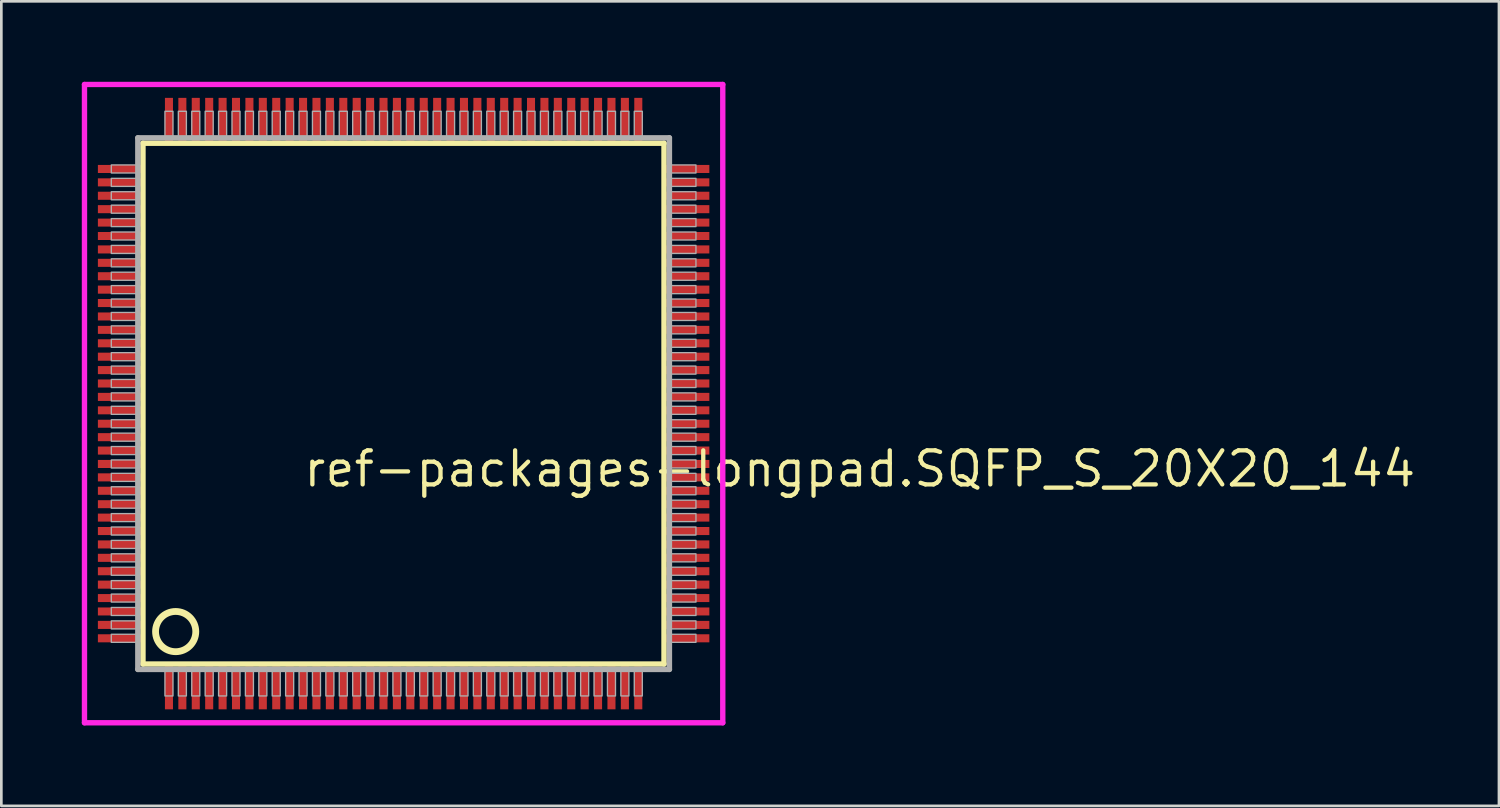
<source format=kicad_pcb>
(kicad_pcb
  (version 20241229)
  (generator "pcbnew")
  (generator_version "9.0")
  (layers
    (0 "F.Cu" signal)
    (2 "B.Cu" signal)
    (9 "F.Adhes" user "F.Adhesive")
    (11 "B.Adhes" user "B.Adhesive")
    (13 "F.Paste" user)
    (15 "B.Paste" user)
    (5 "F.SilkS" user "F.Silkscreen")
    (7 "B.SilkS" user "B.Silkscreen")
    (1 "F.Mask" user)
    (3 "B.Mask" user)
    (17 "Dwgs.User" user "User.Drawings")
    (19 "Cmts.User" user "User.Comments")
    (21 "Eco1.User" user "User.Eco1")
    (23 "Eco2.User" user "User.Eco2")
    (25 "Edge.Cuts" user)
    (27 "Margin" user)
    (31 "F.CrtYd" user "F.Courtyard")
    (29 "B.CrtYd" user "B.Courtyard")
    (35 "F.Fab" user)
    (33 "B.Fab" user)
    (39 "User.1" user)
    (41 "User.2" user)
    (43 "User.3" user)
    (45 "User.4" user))
  (footprint "ref-packages-longpad.SQFP_S_20X20_144"
    (layer "F.Cu")
    (at 12 12)
    (property "Reference" "ref-packages-longpad.SQFP_S_20X20_144" (at -3.81 3.175 0) (layer "F.SilkS") (effects (font (size 1.27 1.27) (thickness 0.16)) (justify left bottom)))
    (attr smd)
    (fp_line (start -9.72 -9.71) (end 9.71 -9.71) (stroke (width 0.203) (type default)) (layer "F.SilkS"))
    (fp_line (start -9.72 9.71) (end -9.72 -9.71) (stroke (width 0.203) (type default)) (layer "F.SilkS"))
    (fp_line (start 9.71 -9.71) (end 9.71 9.71) (stroke (width 0.203) (type default)) (layer "F.SilkS"))
    (fp_line (start 9.71 9.71) (end -9.72 9.71) (stroke (width 0.203) (type default)) (layer "F.SilkS"))
    (fp_circle (center -8.5 8.5) (end -7.75 8.5) (stroke (width 0.254) (type default)) (fill no) (layer "F.SilkS"))
    (fp_line (start -11.9 -11.9) (end 11.9 -11.9) (stroke (width 0.2) (type default)) (layer "F.CrtYd"))
    (fp_line (start -11.9 11.9) (end -11.9 -11.9) (stroke (width 0.2) (type default)) (layer "F.CrtYd"))
    (fp_line (start 11.9 -11.9) (end 11.9 11.9) (stroke (width 0.2) (type default)) (layer "F.CrtYd"))
    (fp_line (start 11.9 11.9) (end -11.9 11.9) (stroke (width 0.2) (type default)) (layer "F.CrtYd"))
    (fp_line (start -9.91 -9.91) (end -9.91 9.91) (stroke (width 0.203) (type default)) (layer "F.Fab"))
    (fp_line (start -9.91 9.91) (end 9.91 9.91) (stroke (width 0.203) (type default)) (layer "F.Fab"))
    (fp_line (start 9.91 -9.91) (end -9.91 -9.91) (stroke (width 0.203) (type default)) (layer "F.Fab"))
    (fp_line (start 9.91 9.91) (end 9.91 -9.91) (stroke (width 0.203) (type default)) (layer "F.Fab"))
    (fp_rect (start -10.9 -8.6) (end -9.95 -8.9) (stroke (width 0.05) (type default)) (fill no) (layer "F.Fab"))
    (fp_rect (start -10.9 -8.1) (end -9.95 -8.4) (stroke (width 0.05) (type default)) (fill no) (layer "F.Fab"))
    (fp_rect (start -10.9 -7.6) (end -9.95 -7.9) (stroke (width 0.05) (type default)) (fill no) (layer "F.Fab"))
    (fp_rect (start -10.9 -7.1) (end -9.95 -7.4) (stroke (width 0.05) (type default)) (fill no) (layer "F.Fab"))
    (fp_rect (start -10.9 -6.6) (end -9.95 -6.9) (stroke (width 0.05) (type default)) (fill no) (layer "F.Fab"))
    (fp_rect (start -10.9 -6.1) (end -9.95 -6.4) (stroke (width 0.05) (type default)) (fill no) (layer "F.Fab"))
    (fp_rect (start -10.9 -5.6) (end -9.95 -5.9) (stroke (width 0.05) (type default)) (fill no) (layer "F.Fab"))
    (fp_rect (start -10.9 -5.1) (end -9.95 -5.4) (stroke (width 0.05) (type default)) (fill no) (layer "F.Fab"))
    (fp_rect (start -10.9 -4.6) (end -9.95 -4.9) (stroke (width 0.05) (type default)) (fill no) (layer "F.Fab"))
    (fp_rect (start -10.9 -4.1) (end -9.95 -4.4) (stroke (width 0.05) (type default)) (fill no) (layer "F.Fab"))
    (fp_rect (start -10.9 -3.6) (end -9.95 -3.9) (stroke (width 0.05) (type default)) (fill no) (layer "F.Fab"))
    (fp_rect (start -10.9 -3.1) (end -9.95 -3.4) (stroke (width 0.05) (type default)) (fill no) (layer "F.Fab"))
    (fp_rect (start -10.9 -2.6) (end -9.95 -2.9) (stroke (width 0.05) (type default)) (fill no) (layer "F.Fab"))
    (fp_rect (start -10.9 -2.1) (end -9.95 -2.4) (stroke (width 0.05) (type default)) (fill no) (layer "F.Fab"))
    (fp_rect (start -10.9 -1.6) (end -9.95 -1.9) (stroke (width 0.05) (type default)) (fill no) (layer "F.Fab"))
    (fp_rect (start -10.9 -1.1) (end -9.95 -1.4) (stroke (width 0.05) (type default)) (fill no) (layer "F.Fab"))
    (fp_rect (start -10.9 -0.6) (end -9.95 -0.9) (stroke (width 0.05) (type default)) (fill no) (layer "F.Fab"))
    (fp_rect (start -10.9 -0.1) (end -9.95 -0.4) (stroke (width 0.05) (type default)) (fill no) (layer "F.Fab"))
    (fp_rect (start -10.9 0.4) (end -9.95 0.1) (stroke (width 0.05) (type default)) (fill no) (layer "F.Fab"))
    (fp_rect (start -10.9 0.9) (end -9.95 0.6) (stroke (width 0.05) (type default)) (fill no) (layer "F.Fab"))
    (fp_rect (start -10.9 1.4) (end -9.95 1.1) (stroke (width 0.05) (type default)) (fill no) (layer "F.Fab"))
    (fp_rect (start -10.9 1.9) (end -9.95 1.6) (stroke (width 0.05) (type default)) (fill no) (layer "F.Fab"))
    (fp_rect (start -10.9 2.4) (end -9.95 2.1) (stroke (width 0.05) (type default)) (fill no) (layer "F.Fab"))
    (fp_rect (start -10.9 2.9) (end -9.95 2.6) (stroke (width 0.05) (type default)) (fill no) (layer "F.Fab"))
    (fp_rect (start -10.9 3.4) (end -9.95 3.1) (stroke (width 0.05) (type default)) (fill no) (layer "F.Fab"))
    (fp_rect (start -10.9 3.9) (end -9.95 3.6) (stroke (width 0.05) (type default)) (fill no) (layer "F.Fab"))
    (fp_rect (start -10.9 4.4) (end -9.95 4.1) (stroke (width 0.05) (type default)) (fill no) (layer "F.Fab"))
    (fp_rect (start -10.9 4.9) (end -9.95 4.6) (stroke (width 0.05) (type default)) (fill no) (layer "F.Fab"))
    (fp_rect (start -10.9 5.4) (end -9.95 5.1) (stroke (width 0.05) (type default)) (fill no) (layer "F.Fab"))
    (fp_rect (start -10.9 5.9) (end -9.95 5.6) (stroke (width 0.05) (type default)) (fill no) (layer "F.Fab"))
    (fp_rect (start -10.9 6.4) (end -9.95 6.1) (stroke (width 0.05) (type default)) (fill no) (layer "F.Fab"))
    (fp_rect (start -10.9 6.9) (end -9.95 6.6) (stroke (width 0.05) (type default)) (fill no) (layer "F.Fab"))
    (fp_rect (start -10.9 7.4) (end -9.95 7.1) (stroke (width 0.05) (type default)) (fill no) (layer "F.Fab"))
    (fp_rect (start -10.9 7.9) (end -9.95 7.6) (stroke (width 0.05) (type default)) (fill no) (layer "F.Fab"))
    (fp_rect (start -10.9 8.4) (end -9.95 8.1) (stroke (width 0.05) (type default)) (fill no) (layer "F.Fab"))
    (fp_rect (start -10.9 8.9) (end -9.95 8.6) (stroke (width 0.05) (type default)) (fill no) (layer "F.Fab"))
    (fp_rect (start -8.9 -9.95) (end -8.6 -10.9) (stroke (width 0.05) (type default)) (fill no) (layer "F.Fab"))
    (fp_rect (start -8.9 10.9) (end -8.6 9.95) (stroke (width 0.05) (type default)) (fill no) (layer "F.Fab"))
    (fp_rect (start -8.4 -9.95) (end -8.1 -10.9) (stroke (width 0.05) (type default)) (fill no) (layer "F.Fab"))
    (fp_rect (start -8.4 10.9) (end -8.1 9.95) (stroke (width 0.05) (type default)) (fill no) (layer "F.Fab"))
    (fp_rect (start -7.9 -9.95) (end -7.6 -10.9) (stroke (width 0.05) (type default)) (fill no) (layer "F.Fab"))
    (fp_rect (start -7.9 10.9) (end -7.6 9.95) (stroke (width 0.05) (type default)) (fill no) (layer "F.Fab"))
    (fp_rect (start -7.4 -9.95) (end -7.1 -10.9) (stroke (width 0.05) (type default)) (fill no) (layer "F.Fab"))
    (fp_rect (start -7.4 10.9) (end -7.1 9.95) (stroke (width 0.05) (type default)) (fill no) (layer "F.Fab"))
    (fp_rect (start -6.9 -9.95) (end -6.6 -10.9) (stroke (width 0.05) (type default)) (fill no) (layer "F.Fab"))
    (fp_rect (start -6.9 10.9) (end -6.6 9.95) (stroke (width 0.05) (type default)) (fill no) (layer "F.Fab"))
    (fp_rect (start -6.4 -9.95) (end -6.1 -10.9) (stroke (width 0.05) (type default)) (fill no) (layer "F.Fab"))
    (fp_rect (start -6.4 10.9) (end -6.1 9.95) (stroke (width 0.05) (type default)) (fill no) (layer "F.Fab"))
    (fp_rect (start -5.9 -9.95) (end -5.6 -10.9) (stroke (width 0.05) (type default)) (fill no) (layer "F.Fab"))
    (fp_rect (start -5.9 10.9) (end -5.6 9.95) (stroke (width 0.05) (type default)) (fill no) (layer "F.Fab"))
    (fp_rect (start -5.4 -9.95) (end -5.1 -10.9) (stroke (width 0.05) (type default)) (fill no) (layer "F.Fab"))
    (fp_rect (start -5.4 10.9) (end -5.1 9.95) (stroke (width 0.05) (type default)) (fill no) (layer "F.Fab"))
    (fp_rect (start -4.9 -9.95) (end -4.6 -10.9) (stroke (width 0.05) (type default)) (fill no) (layer "F.Fab"))
    (fp_rect (start -4.9 10.9) (end -4.6 9.95) (stroke (width 0.05) (type default)) (fill no) (layer "F.Fab"))
    (fp_rect (start -4.4 -9.95) (end -4.1 -10.9) (stroke (width 0.05) (type default)) (fill no) (layer "F.Fab"))
    (fp_rect (start -4.4 10.9) (end -4.1 9.95) (stroke (width 0.05) (type default)) (fill no) (layer "F.Fab"))
    (fp_rect (start -3.9 -9.95) (end -3.6 -10.9) (stroke (width 0.05) (type default)) (fill no) (layer "F.Fab"))
    (fp_rect (start -3.9 10.9) (end -3.6 9.95) (stroke (width 0.05) (type default)) (fill no) (layer "F.Fab"))
    (fp_rect (start -3.4 -9.95) (end -3.1 -10.9) (stroke (width 0.05) (type default)) (fill no) (layer "F.Fab"))
    (fp_rect (start -3.4 10.9) (end -3.1 9.95) (stroke (width 0.05) (type default)) (fill no) (layer "F.Fab"))
    (fp_rect (start -2.9 -9.95) (end -2.6 -10.9) (stroke (width 0.05) (type default)) (fill no) (layer "F.Fab"))
    (fp_rect (start -2.9 10.9) (end -2.6 9.95) (stroke (width 0.05) (type default)) (fill no) (layer "F.Fab"))
    (fp_rect (start -2.4 -9.95) (end -2.1 -10.9) (stroke (width 0.05) (type default)) (fill no) (layer "F.Fab"))
    (fp_rect (start -2.4 10.9) (end -2.1 9.95) (stroke (width 0.05) (type default)) (fill no) (layer "F.Fab"))
    (fp_rect (start -1.9 -9.95) (end -1.6 -10.9) (stroke (width 0.05) (type default)) (fill no) (layer "F.Fab"))
    (fp_rect (start -1.9 10.9) (end -1.6 9.95) (stroke (width 0.05) (type default)) (fill no) (layer "F.Fab"))
    (fp_rect (start -1.4 -9.95) (end -1.1 -10.9) (stroke (width 0.05) (type default)) (fill no) (layer "F.Fab"))
    (fp_rect (start -1.4 10.9) (end -1.1 9.95) (stroke (width 0.05) (type default)) (fill no) (layer "F.Fab"))
    (fp_rect (start -0.9 -9.95) (end -0.6 -10.9) (stroke (width 0.05) (type default)) (fill no) (layer "F.Fab"))
    (fp_rect (start -0.9 10.9) (end -0.6 9.95) (stroke (width 0.05) (type default)) (fill no) (layer "F.Fab"))
    (fp_rect (start -0.4 -9.95) (end -0.1 -10.9) (stroke (width 0.05) (type default)) (fill no) (layer "F.Fab"))
    (fp_rect (start -0.4 10.9) (end -0.1 9.95) (stroke (width 0.05) (type default)) (fill no) (layer "F.Fab"))
    (fp_rect (start 0.1 -9.95) (end 0.4 -10.9) (stroke (width 0.05) (type default)) (fill no) (layer "F.Fab"))
    (fp_rect (start 0.1 10.9) (end 0.4 9.95) (stroke (width 0.05) (type default)) (fill no) (layer "F.Fab"))
    (fp_rect (start 0.6 -9.95) (end 0.9 -10.9) (stroke (width 0.05) (type default)) (fill no) (layer "F.Fab"))
    (fp_rect (start 0.6 10.9) (end 0.9 9.95) (stroke (width 0.05) (type default)) (fill no) (layer "F.Fab"))
    (fp_rect (start 1.1 -9.95) (end 1.4 -10.9) (stroke (width 0.05) (type default)) (fill no) (layer "F.Fab"))
    (fp_rect (start 1.1 10.9) (end 1.4 9.95) (stroke (width 0.05) (type default)) (fill no) (layer "F.Fab"))
    (fp_rect (start 1.6 -9.95) (end 1.9 -10.9) (stroke (width 0.05) (type default)) (fill no) (layer "F.Fab"))
    (fp_rect (start 1.6 10.9) (end 1.9 9.95) (stroke (width 0.05) (type default)) (fill no) (layer "F.Fab"))
    (fp_rect (start 2.1 -9.95) (end 2.4 -10.9) (stroke (width 0.05) (type default)) (fill no) (layer "F.Fab"))
    (fp_rect (start 2.1 10.9) (end 2.4 9.95) (stroke (width 0.05) (type default)) (fill no) (layer "F.Fab"))
    (fp_rect (start 2.6 -9.95) (end 2.9 -10.9) (stroke (width 0.05) (type default)) (fill no) (layer "F.Fab"))
    (fp_rect (start 2.6 10.9) (end 2.9 9.95) (stroke (width 0.05) (type default)) (fill no) (layer "F.Fab"))
    (fp_rect (start 3.1 -9.95) (end 3.4 -10.9) (stroke (width 0.05) (type default)) (fill no) (layer "F.Fab"))
    (fp_rect (start 3.1 10.9) (end 3.4 9.95) (stroke (width 0.05) (type default)) (fill no) (layer "F.Fab"))
    (fp_rect (start 3.6 -9.95) (end 3.9 -10.9) (stroke (width 0.05) (type default)) (fill no) (layer "F.Fab"))
    (fp_rect (start 3.6 10.9) (end 3.9 9.95) (stroke (width 0.05) (type default)) (fill no) (layer "F.Fab"))
    (fp_rect (start 4.1 -9.95) (end 4.4 -10.9) (stroke (width 0.05) (type default)) (fill no) (layer "F.Fab"))
    (fp_rect (start 4.1 10.9) (end 4.4 9.95) (stroke (width 0.05) (type default)) (fill no) (layer "F.Fab"))
    (fp_rect (start 4.6 -9.95) (end 4.9 -10.9) (stroke (width 0.05) (type default)) (fill no) (layer "F.Fab"))
    (fp_rect (start 4.6 10.9) (end 4.9 9.95) (stroke (width 0.05) (type default)) (fill no) (layer "F.Fab"))
    (fp_rect (start 5.1 -9.95) (end 5.4 -10.9) (stroke (width 0.05) (type default)) (fill no) (layer "F.Fab"))
    (fp_rect (start 5.1 10.9) (end 5.4 9.95) (stroke (width 0.05) (type default)) (fill no) (layer "F.Fab"))
    (fp_rect (start 5.6 -9.95) (end 5.9 -10.9) (stroke (width 0.05) (type default)) (fill no) (layer "F.Fab"))
    (fp_rect (start 5.6 10.9) (end 5.9 9.95) (stroke (width 0.05) (type default)) (fill no) (layer "F.Fab"))
    (fp_rect (start 6.1 -9.95) (end 6.4 -10.9) (stroke (width 0.05) (type default)) (fill no) (layer "F.Fab"))
    (fp_rect (start 6.1 10.9) (end 6.4 9.95) (stroke (width 0.05) (type default)) (fill no) (layer "F.Fab"))
    (fp_rect (start 6.6 -9.95) (end 6.9 -10.9) (stroke (width 0.05) (type default)) (fill no) (layer "F.Fab"))
    (fp_rect (start 6.6 10.9) (end 6.9 9.95) (stroke (width 0.05) (type default)) (fill no) (layer "F.Fab"))
    (fp_rect (start 7.1 -9.95) (end 7.4 -10.9) (stroke (width 0.05) (type default)) (fill no) (layer "F.Fab"))
    (fp_rect (start 7.1 10.9) (end 7.4 9.95) (stroke (width 0.05) (type default)) (fill no) (layer "F.Fab"))
    (fp_rect (start 7.6 -9.95) (end 7.9 -10.9) (stroke (width 0.05) (type default)) (fill no) (layer "F.Fab"))
    (fp_rect (start 7.6 10.9) (end 7.9 9.95) (stroke (width 0.05) (type default)) (fill no) (layer "F.Fab"))
    (fp_rect (start 8.1 -9.95) (end 8.4 -10.9) (stroke (width 0.05) (type default)) (fill no) (layer "F.Fab"))
    (fp_rect (start 8.1 10.9) (end 8.4 9.95) (stroke (width 0.05) (type default)) (fill no) (layer "F.Fab"))
    (fp_rect (start 8.6 -9.95) (end 8.9 -10.9) (stroke (width 0.05) (type default)) (fill no) (layer "F.Fab"))
    (fp_rect (start 8.6 10.9) (end 8.9 9.95) (stroke (width 0.05) (type default)) (fill no) (layer "F.Fab"))
    (fp_rect (start 9.95 -8.6) (end 10.9 -8.9) (stroke (width 0.05) (type default)) (fill no) (layer "F.Fab"))
    (fp_rect (start 9.95 -8.1) (end 10.9 -8.4) (stroke (width 0.05) (type default)) (fill no) (layer "F.Fab"))
    (fp_rect (start 9.95 -7.6) (end 10.9 -7.9) (stroke (width 0.05) (type default)) (fill no) (layer "F.Fab"))
    (fp_rect (start 9.95 -7.1) (end 10.9 -7.4) (stroke (width 0.05) (type default)) (fill no) (layer "F.Fab"))
    (fp_rect (start 9.95 -6.6) (end 10.9 -6.9) (stroke (width 0.05) (type default)) (fill no) (layer "F.Fab"))
    (fp_rect (start 9.95 -6.1) (end 10.9 -6.4) (stroke (width 0.05) (type default)) (fill no) (layer "F.Fab"))
    (fp_rect (start 9.95 -5.6) (end 10.9 -5.9) (stroke (width 0.05) (type default)) (fill no) (layer "F.Fab"))
    (fp_rect (start 9.95 -5.1) (end 10.9 -5.4) (stroke (width 0.05) (type default)) (fill no) (layer "F.Fab"))
    (fp_rect (start 9.95 -4.6) (end 10.9 -4.9) (stroke (width 0.05) (type default)) (fill no) (layer "F.Fab"))
    (fp_rect (start 9.95 -4.1) (end 10.9 -4.4) (stroke (width 0.05) (type default)) (fill no) (layer "F.Fab"))
    (fp_rect (start 9.95 -3.6) (end 10.9 -3.9) (stroke (width 0.05) (type default)) (fill no) (layer "F.Fab"))
    (fp_rect (start 9.95 -3.1) (end 10.9 -3.4) (stroke (width 0.05) (type default)) (fill no) (layer "F.Fab"))
    (fp_rect (start 9.95 -2.6) (end 10.9 -2.9) (stroke (width 0.05) (type default)) (fill no) (layer "F.Fab"))
    (fp_rect (start 9.95 -2.1) (end 10.9 -2.4) (stroke (width 0.05) (type default)) (fill no) (layer "F.Fab"))
    (fp_rect (start 9.95 -1.6) (end 10.9 -1.9) (stroke (width 0.05) (type default)) (fill no) (layer "F.Fab"))
    (fp_rect (start 9.95 -1.1) (end 10.9 -1.4) (stroke (width 0.05) (type default)) (fill no) (layer "F.Fab"))
    (fp_rect (start 9.95 -0.6) (end 10.9 -0.9) (stroke (width 0.05) (type default)) (fill no) (layer "F.Fab"))
    (fp_rect (start 9.95 -0.1) (end 10.9 -0.4) (stroke (width 0.05) (type default)) (fill no) (layer "F.Fab"))
    (fp_rect (start 9.95 0.4) (end 10.9 0.1) (stroke (width 0.05) (type default)) (fill no) (layer "F.Fab"))
    (fp_rect (start 9.95 0.9) (end 10.9 0.6) (stroke (width 0.05) (type default)) (fill no) (layer "F.Fab"))
    (fp_rect (start 9.95 1.4) (end 10.9 1.1) (stroke (width 0.05) (type default)) (fill no) (layer "F.Fab"))
    (fp_rect (start 9.95 1.9) (end 10.9 1.6) (stroke (width 0.05) (type default)) (fill no) (layer "F.Fab"))
    (fp_rect (start 9.95 2.4) (end 10.9 2.1) (stroke (width 0.05) (type default)) (fill no) (layer "F.Fab"))
    (fp_rect (start 9.95 2.9) (end 10.9 2.6) (stroke (width 0.05) (type default)) (fill no) (layer "F.Fab"))
    (fp_rect (start 9.95 3.4) (end 10.9 3.1) (stroke (width 0.05) (type default)) (fill no) (layer "F.Fab"))
    (fp_rect (start 9.95 3.9) (end 10.9 3.6) (stroke (width 0.05) (type default)) (fill no) (layer "F.Fab"))
    (fp_rect (start 9.95 4.4) (end 10.9 4.1) (stroke (width 0.05) (type default)) (fill no) (layer "F.Fab"))
    (fp_rect (start 9.95 4.9) (end 10.9 4.6) (stroke (width 0.05) (type default)) (fill no) (layer "F.Fab"))
    (fp_rect (start 9.95 5.4) (end 10.9 5.1) (stroke (width 0.05) (type default)) (fill no) (layer "F.Fab"))
    (fp_rect (start 9.95 5.9) (end 10.9 5.6) (stroke (width 0.05) (type default)) (fill no) (layer "F.Fab"))
    (fp_rect (start 9.95 6.4) (end 10.9 6.1) (stroke (width 0.05) (type default)) (fill no) (layer "F.Fab"))
    (fp_rect (start 9.95 6.9) (end 10.9 6.6) (stroke (width 0.05) (type default)) (fill no) (layer "F.Fab"))
    (fp_rect (start 9.95 7.4) (end 10.9 7.1) (stroke (width 0.05) (type default)) (fill no) (layer "F.Fab"))
    (fp_rect (start 9.95 7.9) (end 10.9 7.6) (stroke (width 0.05) (type default)) (fill no) (layer "F.Fab"))
    (fp_rect (start 9.95 8.4) (end 10.9 8.1) (stroke (width 0.05) (type default)) (fill no) (layer "F.Fab"))
    (fp_rect (start 9.95 8.9) (end 10.9 8.6) (stroke (width 0.05) (type default)) (fill no) (layer "F.Fab"))
    (pad "1" smd roundrect (at -8.75 10.6) (size 0.3 1.6) (layers "F.Cu" "F.Mask" "F.Paste") (roundrect_rratio 0.01))
    (pad "2" smd roundrect (at -8.25 10.6) (size 0.3 1.6) (layers "F.Cu" "F.Mask" "F.Paste") (roundrect_rratio 0.01))
    (pad "3" smd roundrect (at -7.75 10.6) (size 0.3 1.6) (layers "F.Cu" "F.Mask" "F.Paste") (roundrect_rratio 0.01))
    (pad "4" smd roundrect (at -7.25 10.6) (size 0.3 1.6) (layers "F.Cu" "F.Mask" "F.Paste") (roundrect_rratio 0.01))
    (pad "5" smd roundrect (at -6.75 10.6) (size 0.3 1.6) (layers "F.Cu" "F.Mask" "F.Paste") (roundrect_rratio 0.01))
    (pad "6" smd roundrect (at -6.25 10.6) (size 0.3 1.6) (layers "F.Cu" "F.Mask" "F.Paste") (roundrect_rratio 0.01))
    (pad "7" smd roundrect (at -5.75 10.6) (size 0.3 1.6) (layers "F.Cu" "F.Mask" "F.Paste") (roundrect_rratio 0.01))
    (pad "8" smd roundrect (at -5.25 10.6) (size 0.3 1.6) (layers "F.Cu" "F.Mask" "F.Paste") (roundrect_rratio 0.01))
    (pad "9" smd roundrect (at -4.75 10.6) (size 0.3 1.6) (layers "F.Cu" "F.Mask" "F.Paste") (roundrect_rratio 0.01))
    (pad "10" smd roundrect (at -4.25 10.6) (size 0.3 1.6) (layers "F.Cu" "F.Mask" "F.Paste") (roundrect_rratio 0.01))
    (pad "11" smd roundrect (at -3.75 10.6) (size 0.3 1.6) (layers "F.Cu" "F.Mask" "F.Paste") (roundrect_rratio 0.01))
    (pad "12" smd roundrect (at -3.25 10.6) (size 0.3 1.6) (layers "F.Cu" "F.Mask" "F.Paste") (roundrect_rratio 0.01))
    (pad "13" smd roundrect (at -2.75 10.6) (size 0.3 1.6) (layers "F.Cu" "F.Mask" "F.Paste") (roundrect_rratio 0.01))
    (pad "14" smd roundrect (at -2.25 10.6) (size 0.3 1.6) (layers "F.Cu" "F.Mask" "F.Paste") (roundrect_rratio 0.01))
    (pad "15" smd roundrect (at -1.75 10.6) (size 0.3 1.6) (layers "F.Cu" "F.Mask" "F.Paste") (roundrect_rratio 0.01))
    (pad "16" smd roundrect (at -1.25 10.6) (size 0.3 1.6) (layers "F.Cu" "F.Mask" "F.Paste") (roundrect_rratio 0.01))
    (pad "17" smd roundrect (at -0.75 10.6) (size 0.3 1.6) (layers "F.Cu" "F.Mask" "F.Paste") (roundrect_rratio 0.01))
    (pad "18" smd roundrect (at -0.25 10.6) (size 0.3 1.6) (layers "F.Cu" "F.Mask" "F.Paste") (roundrect_rratio 0.01))
    (pad "19" smd roundrect (at 0.25 10.6) (size 0.3 1.6) (layers "F.Cu" "F.Mask" "F.Paste") (roundrect_rratio 0.01))
    (pad "20" smd roundrect (at 0.75 10.6) (size 0.3 1.6) (layers "F.Cu" "F.Mask" "F.Paste") (roundrect_rratio 0.01))
    (pad "21" smd roundrect (at 1.25 10.6) (size 0.3 1.6) (layers "F.Cu" "F.Mask" "F.Paste") (roundrect_rratio 0.01))
    (pad "22" smd roundrect (at 1.75 10.6) (size 0.3 1.6) (layers "F.Cu" "F.Mask" "F.Paste") (roundrect_rratio 0.01))
    (pad "23" smd roundrect (at 2.25 10.6) (size 0.3 1.6) (layers "F.Cu" "F.Mask" "F.Paste") (roundrect_rratio 0.01))
    (pad "24" smd roundrect (at 2.75 10.6) (size 0.3 1.6) (layers "F.Cu" "F.Mask" "F.Paste") (roundrect_rratio 0.01))
    (pad "25" smd roundrect (at 3.25 10.6) (size 0.3 1.6) (layers "F.Cu" "F.Mask" "F.Paste") (roundrect_rratio 0.01))
    (pad "26" smd roundrect (at 3.75 10.6) (size 0.3 1.6) (layers "F.Cu" "F.Mask" "F.Paste") (roundrect_rratio 0.01))
    (pad "27" smd roundrect (at 4.25 10.6) (size 0.3 1.6) (layers "F.Cu" "F.Mask" "F.Paste") (roundrect_rratio 0.01))
    (pad "28" smd roundrect (at 4.75 10.6) (size 0.3 1.6) (layers "F.Cu" "F.Mask" "F.Paste") (roundrect_rratio 0.01))
    (pad "29" smd roundrect (at 5.25 10.6) (size 0.3 1.6) (layers "F.Cu" "F.Mask" "F.Paste") (roundrect_rratio 0.01))
    (pad "30" smd roundrect (at 5.75 10.6) (size 0.3 1.6) (layers "F.Cu" "F.Mask" "F.Paste") (roundrect_rratio 0.01))
    (pad "31" smd roundrect (at 6.25 10.6) (size 0.3 1.6) (layers "F.Cu" "F.Mask" "F.Paste") (roundrect_rratio 0.01))
    (pad "32" smd roundrect (at 6.75 10.6) (size 0.3 1.6) (layers "F.Cu" "F.Mask" "F.Paste") (roundrect_rratio 0.01))
    (pad "33" smd roundrect (at 7.25 10.6) (size 0.3 1.6) (layers "F.Cu" "F.Mask" "F.Paste") (roundrect_rratio 0.01))
    (pad "34" smd roundrect (at 7.75 10.6) (size 0.3 1.6) (layers "F.Cu" "F.Mask" "F.Paste") (roundrect_rratio 0.01))
    (pad "35" smd roundrect (at 8.25 10.6) (size 0.3 1.6) (layers "F.Cu" "F.Mask" "F.Paste") (roundrect_rratio 0.01))
    (pad "36" smd roundrect (at 8.75 10.6) (size 0.3 1.6) (layers "F.Cu" "F.Mask" "F.Paste") (roundrect_rratio 0.01))
    (pad "37" smd roundrect (at 10.6 8.75) (size 1.6 0.3) (layers "F.Cu" "F.Mask" "F.Paste") (roundrect_rratio 0.01))
    (pad "38" smd roundrect (at 10.6 8.25) (size 1.6 0.3) (layers "F.Cu" "F.Mask" "F.Paste") (roundrect_rratio 0.01))
    (pad "39" smd roundrect (at 10.6 7.75) (size 1.6 0.3) (layers "F.Cu" "F.Mask" "F.Paste") (roundrect_rratio 0.01))
    (pad "40" smd roundrect (at 10.6 7.25) (size 1.6 0.3) (layers "F.Cu" "F.Mask" "F.Paste") (roundrect_rratio 0.01))
    (pad "41" smd roundrect (at 10.6 6.75) (size 1.6 0.3) (layers "F.Cu" "F.Mask" "F.Paste") (roundrect_rratio 0.01))
    (pad "42" smd roundrect (at 10.6 6.25) (size 1.6 0.3) (layers "F.Cu" "F.Mask" "F.Paste") (roundrect_rratio 0.01))
    (pad "43" smd roundrect (at 10.6 5.75) (size 1.6 0.3) (layers "F.Cu" "F.Mask" "F.Paste") (roundrect_rratio 0.01))
    (pad "44" smd roundrect (at 10.6 5.25) (size 1.6 0.3) (layers "F.Cu" "F.Mask" "F.Paste") (roundrect_rratio 0.01))
    (pad "45" smd roundrect (at 10.6 4.75) (size 1.6 0.3) (layers "F.Cu" "F.Mask" "F.Paste") (roundrect_rratio 0.01))
    (pad "46" smd roundrect (at 10.6 4.25) (size 1.6 0.3) (layers "F.Cu" "F.Mask" "F.Paste") (roundrect_rratio 0.01))
    (pad "47" smd roundrect (at 10.6 3.75) (size 1.6 0.3) (layers "F.Cu" "F.Mask" "F.Paste") (roundrect_rratio 0.01))
    (pad "48" smd roundrect (at 10.6 3.25) (size 1.6 0.3) (layers "F.Cu" "F.Mask" "F.Paste") (roundrect_rratio 0.01))
    (pad "49" smd roundrect (at 10.6 2.75) (size 1.6 0.3) (layers "F.Cu" "F.Mask" "F.Paste") (roundrect_rratio 0.01))
    (pad "50" smd roundrect (at 10.6 2.25) (size 1.6 0.3) (layers "F.Cu" "F.Mask" "F.Paste") (roundrect_rratio 0.01))
    (pad "51" smd roundrect (at 10.6 1.75) (size 1.6 0.3) (layers "F.Cu" "F.Mask" "F.Paste") (roundrect_rratio 0.01))
    (pad "52" smd roundrect (at 10.6 1.25) (size 1.6 0.3) (layers "F.Cu" "F.Mask" "F.Paste") (roundrect_rratio 0.01))
    (pad "53" smd roundrect (at 10.6 0.75) (size 1.6 0.3) (layers "F.Cu" "F.Mask" "F.Paste") (roundrect_rratio 0.01))
    (pad "54" smd roundrect (at 10.6 0.25) (size 1.6 0.3) (layers "F.Cu" "F.Mask" "F.Paste") (roundrect_rratio 0.01))
    (pad "55" smd roundrect (at 10.6 -0.25) (size 1.6 0.3) (layers "F.Cu" "F.Mask" "F.Paste") (roundrect_rratio 0.01))
    (pad "56" smd roundrect (at 10.6 -0.75) (size 1.6 0.3) (layers "F.Cu" "F.Mask" "F.Paste") (roundrect_rratio 0.01))
    (pad "57" smd roundrect (at 10.6 -1.25) (size 1.6 0.3) (layers "F.Cu" "F.Mask" "F.Paste") (roundrect_rratio 0.01))
    (pad "58" smd roundrect (at 10.6 -1.75) (size 1.6 0.3) (layers "F.Cu" "F.Mask" "F.Paste") (roundrect_rratio 0.01))
    (pad "59" smd roundrect (at 10.6 -2.25) (size 1.6 0.3) (layers "F.Cu" "F.Mask" "F.Paste") (roundrect_rratio 0.01))
    (pad "60" smd roundrect (at 10.6 -2.75) (size 1.6 0.3) (layers "F.Cu" "F.Mask" "F.Paste") (roundrect_rratio 0.01))
    (pad "61" smd roundrect (at 10.6 -3.25) (size 1.6 0.3) (layers "F.Cu" "F.Mask" "F.Paste") (roundrect_rratio 0.01))
    (pad "62" smd roundrect (at 10.6 -3.75) (size 1.6 0.3) (layers "F.Cu" "F.Mask" "F.Paste") (roundrect_rratio 0.01))
    (pad "63" smd roundrect (at 10.6 -4.25) (size 1.6 0.3) (layers "F.Cu" "F.Mask" "F.Paste") (roundrect_rratio 0.01))
    (pad "64" smd roundrect (at 10.6 -4.75) (size 1.6 0.3) (layers "F.Cu" "F.Mask" "F.Paste") (roundrect_rratio 0.01))
    (pad "65" smd roundrect (at 10.6 -5.25) (size 1.6 0.3) (layers "F.Cu" "F.Mask" "F.Paste") (roundrect_rratio 0.01))
    (pad "66" smd roundrect (at 10.6 -5.75) (size 1.6 0.3) (layers "F.Cu" "F.Mask" "F.Paste") (roundrect_rratio 0.01))
    (pad "67" smd roundrect (at 10.6 -6.25) (size 1.6 0.3) (layers "F.Cu" "F.Mask" "F.Paste") (roundrect_rratio 0.01))
    (pad "68" smd roundrect (at 10.6 -6.75) (size 1.6 0.3) (layers "F.Cu" "F.Mask" "F.Paste") (roundrect_rratio 0.01))
    (pad "69" smd roundrect (at 10.6 -7.25) (size 1.6 0.3) (layers "F.Cu" "F.Mask" "F.Paste") (roundrect_rratio 0.01))
    (pad "70" smd roundrect (at 10.6 -7.75) (size 1.6 0.3) (layers "F.Cu" "F.Mask" "F.Paste") (roundrect_rratio 0.01))
    (pad "71" smd roundrect (at 10.6 -8.25) (size 1.6 0.3) (layers "F.Cu" "F.Mask" "F.Paste") (roundrect_rratio 0.01))
    (pad "72" smd roundrect (at 10.6 -8.75) (size 1.6 0.3) (layers "F.Cu" "F.Mask" "F.Paste") (roundrect_rratio 0.01))
    (pad "73" smd roundrect (at 8.75 -10.6) (size 0.3 1.6) (layers "F.Cu" "F.Mask" "F.Paste") (roundrect_rratio 0.01))
    (pad "74" smd roundrect (at 8.25 -10.6) (size 0.3 1.6) (layers "F.Cu" "F.Mask" "F.Paste") (roundrect_rratio 0.01))
    (pad "75" smd roundrect (at 7.75 -10.6) (size 0.3 1.6) (layers "F.Cu" "F.Mask" "F.Paste") (roundrect_rratio 0.01))
    (pad "76" smd roundrect (at 7.25 -10.6) (size 0.3 1.6) (layers "F.Cu" "F.Mask" "F.Paste") (roundrect_rratio 0.01))
    (pad "77" smd roundrect (at 6.75 -10.6) (size 0.3 1.6) (layers "F.Cu" "F.Mask" "F.Paste") (roundrect_rratio 0.01))
    (pad "78" smd roundrect (at 6.25 -10.6) (size 0.3 1.6) (layers "F.Cu" "F.Mask" "F.Paste") (roundrect_rratio 0.01))
    (pad "79" smd roundrect (at 5.75 -10.6) (size 0.3 1.6) (layers "F.Cu" "F.Mask" "F.Paste") (roundrect_rratio 0.01))
    (pad "80" smd roundrect (at 5.25 -10.6) (size 0.3 1.6) (layers "F.Cu" "F.Mask" "F.Paste") (roundrect_rratio 0.01))
    (pad "81" smd roundrect (at 4.75 -10.6) (size 0.3 1.6) (layers "F.Cu" "F.Mask" "F.Paste") (roundrect_rratio 0.01))
    (pad "82" smd roundrect (at 4.25 -10.6) (size 0.3 1.6) (layers "F.Cu" "F.Mask" "F.Paste") (roundrect_rratio 0.01))
    (pad "83" smd roundrect (at 3.75 -10.6) (size 0.3 1.6) (layers "F.Cu" "F.Mask" "F.Paste") (roundrect_rratio 0.01))
    (pad "84" smd roundrect (at 3.25 -10.6) (size 0.3 1.6) (layers "F.Cu" "F.Mask" "F.Paste") (roundrect_rratio 0.01))
    (pad "85" smd roundrect (at 2.75 -10.6) (size 0.3 1.6) (layers "F.Cu" "F.Mask" "F.Paste") (roundrect_rratio 0.01))
    (pad "86" smd roundrect (at 2.25 -10.6) (size 0.3 1.6) (layers "F.Cu" "F.Mask" "F.Paste") (roundrect_rratio 0.01))
    (pad "87" smd roundrect (at 1.75 -10.6) (size 0.3 1.6) (layers "F.Cu" "F.Mask" "F.Paste") (roundrect_rratio 0.01))
    (pad "88" smd roundrect (at 1.25 -10.6) (size 0.3 1.6) (layers "F.Cu" "F.Mask" "F.Paste") (roundrect_rratio 0.01))
    (pad "89" smd roundrect (at 0.75 -10.6) (size 0.3 1.6) (layers "F.Cu" "F.Mask" "F.Paste") (roundrect_rratio 0.01))
    (pad "90" smd roundrect (at 0.25 -10.6) (size 0.3 1.6) (layers "F.Cu" "F.Mask" "F.Paste") (roundrect_rratio 0.01))
    (pad "91" smd roundrect (at -0.25 -10.6) (size 0.3 1.6) (layers "F.Cu" "F.Mask" "F.Paste") (roundrect_rratio 0.01))
    (pad "92" smd roundrect (at -0.75 -10.6) (size 0.3 1.6) (layers "F.Cu" "F.Mask" "F.Paste") (roundrect_rratio 0.01))
    (pad "93" smd roundrect (at -1.25 -10.6) (size 0.3 1.6) (layers "F.Cu" "F.Mask" "F.Paste") (roundrect_rratio 0.01))
    (pad "94" smd roundrect (at -1.75 -10.6) (size 0.3 1.6) (layers "F.Cu" "F.Mask" "F.Paste") (roundrect_rratio 0.01))
    (pad "95" smd roundrect (at -2.25 -10.6) (size 0.3 1.6) (layers "F.Cu" "F.Mask" "F.Paste") (roundrect_rratio 0.01))
    (pad "96" smd roundrect (at -2.75 -10.6) (size 0.3 1.6) (layers "F.Cu" "F.Mask" "F.Paste") (roundrect_rratio 0.01))
    (pad "97" smd roundrect (at -3.25 -10.6) (size 0.3 1.6) (layers "F.Cu" "F.Mask" "F.Paste") (roundrect_rratio 0.01))
    (pad "98" smd roundrect (at -3.75 -10.6) (size 0.3 1.6) (layers "F.Cu" "F.Mask" "F.Paste") (roundrect_rratio 0.01))
    (pad "99" smd roundrect (at -4.25 -10.6) (size 0.3 1.6) (layers "F.Cu" "F.Mask" "F.Paste") (roundrect_rratio 0.01))
    (pad "100" smd roundrect (at -4.75 -10.6) (size 0.3 1.6) (layers "F.Cu" "F.Mask" "F.Paste") (roundrect_rratio 0.01))
    (pad "101" smd roundrect (at -5.25 -10.6) (size 0.3 1.6) (layers "F.Cu" "F.Mask" "F.Paste") (roundrect_rratio 0.01))
    (pad "102" smd roundrect (at -5.75 -10.6) (size 0.3 1.6) (layers "F.Cu" "F.Mask" "F.Paste") (roundrect_rratio 0.01))
    (pad "103" smd roundrect (at -6.25 -10.6) (size 0.3 1.6) (layers "F.Cu" "F.Mask" "F.Paste") (roundrect_rratio 0.01))
    (pad "104" smd roundrect (at -6.75 -10.6) (size 0.3 1.6) (layers "F.Cu" "F.Mask" "F.Paste") (roundrect_rratio 0.01))
    (pad "105" smd roundrect (at -7.25 -10.6) (size 0.3 1.6) (layers "F.Cu" "F.Mask" "F.Paste") (roundrect_rratio 0.01))
    (pad "106" smd roundrect (at -7.75 -10.6) (size 0.3 1.6) (layers "F.Cu" "F.Mask" "F.Paste") (roundrect_rratio 0.01))
    (pad "107" smd roundrect (at -8.25 -10.6) (size 0.3 1.6) (layers "F.Cu" "F.Mask" "F.Paste") (roundrect_rratio 0.01))
    (pad "108" smd roundrect (at -8.75 -10.6) (size 0.3 1.6) (layers "F.Cu" "F.Mask" "F.Paste") (roundrect_rratio 0.01))
    (pad "109" smd roundrect (at -10.6 -8.75) (size 1.6 0.3) (layers "F.Cu" "F.Mask" "F.Paste") (roundrect_rratio 0.01))
    (pad "110" smd roundrect (at -10.6 -8.25) (size 1.6 0.3) (layers "F.Cu" "F.Mask" "F.Paste") (roundrect_rratio 0.01))
    (pad "111" smd roundrect (at -10.6 -7.75) (size 1.6 0.3) (layers "F.Cu" "F.Mask" "F.Paste") (roundrect_rratio 0.01))
    (pad "112" smd roundrect (at -10.6 -7.25) (size 1.6 0.3) (layers "F.Cu" "F.Mask" "F.Paste") (roundrect_rratio 0.01))
    (pad "113" smd roundrect (at -10.6 -6.75) (size 1.6 0.3) (layers "F.Cu" "F.Mask" "F.Paste") (roundrect_rratio 0.01))
    (pad "114" smd roundrect (at -10.6 -6.25) (size 1.6 0.3) (layers "F.Cu" "F.Mask" "F.Paste") (roundrect_rratio 0.01))
    (pad "115" smd roundrect (at -10.6 -5.75) (size 1.6 0.3) (layers "F.Cu" "F.Mask" "F.Paste") (roundrect_rratio 0.01))
    (pad "116" smd roundrect (at -10.6 -5.25) (size 1.6 0.3) (layers "F.Cu" "F.Mask" "F.Paste") (roundrect_rratio 0.01))
    (pad "117" smd roundrect (at -10.6 -4.75) (size 1.6 0.3) (layers "F.Cu" "F.Mask" "F.Paste") (roundrect_rratio 0.01))
    (pad "118" smd roundrect (at -10.6 -4.25) (size 1.6 0.3) (layers "F.Cu" "F.Mask" "F.Paste") (roundrect_rratio 0.01))
    (pad "119" smd roundrect (at -10.6 -3.75) (size 1.6 0.3) (layers "F.Cu" "F.Mask" "F.Paste") (roundrect_rratio 0.01))
    (pad "120" smd roundrect (at -10.6 -3.25) (size 1.6 0.3) (layers "F.Cu" "F.Mask" "F.Paste") (roundrect_rratio 0.01))
    (pad "121" smd roundrect (at -10.6 -2.75) (size 1.6 0.3) (layers "F.Cu" "F.Mask" "F.Paste") (roundrect_rratio 0.01))
    (pad "122" smd roundrect (at -10.6 -2.25) (size 1.6 0.3) (layers "F.Cu" "F.Mask" "F.Paste") (roundrect_rratio 0.01))
    (pad "123" smd roundrect (at -10.6 -1.75) (size 1.6 0.3) (layers "F.Cu" "F.Mask" "F.Paste") (roundrect_rratio 0.01))
    (pad "124" smd roundrect (at -10.6 -1.25) (size 1.6 0.3) (layers "F.Cu" "F.Mask" "F.Paste") (roundrect_rratio 0.01))
    (pad "125" smd roundrect (at -10.6 -0.75) (size 1.6 0.3) (layers "F.Cu" "F.Mask" "F.Paste") (roundrect_rratio 0.01))
    (pad "126" smd roundrect (at -10.6 -0.25) (size 1.6 0.3) (layers "F.Cu" "F.Mask" "F.Paste") (roundrect_rratio 0.01))
    (pad "127" smd roundrect (at -10.6 0.25) (size 1.6 0.3) (layers "F.Cu" "F.Mask" "F.Paste") (roundrect_rratio 0.01))
    (pad "128" smd roundrect (at -10.6 0.75) (size 1.6 0.3) (layers "F.Cu" "F.Mask" "F.Paste") (roundrect_rratio 0.01))
    (pad "129" smd roundrect (at -10.6 1.25) (size 1.6 0.3) (layers "F.Cu" "F.Mask" "F.Paste") (roundrect_rratio 0.01))
    (pad "130" smd roundrect (at -10.6 1.75) (size 1.6 0.3) (layers "F.Cu" "F.Mask" "F.Paste") (roundrect_rratio 0.01))
    (pad "131" smd roundrect (at -10.6 2.25) (size 1.6 0.3) (layers "F.Cu" "F.Mask" "F.Paste") (roundrect_rratio 0.01))
    (pad "132" smd roundrect (at -10.6 2.75) (size 1.6 0.3) (layers "F.Cu" "F.Mask" "F.Paste") (roundrect_rratio 0.01))
    (pad "133" smd roundrect (at -10.6 3.25) (size 1.6 0.3) (layers "F.Cu" "F.Mask" "F.Paste") (roundrect_rratio 0.01))
    (pad "134" smd roundrect (at -10.6 3.75) (size 1.6 0.3) (layers "F.Cu" "F.Mask" "F.Paste") (roundrect_rratio 0.01))
    (pad "135" smd roundrect (at -10.6 4.25) (size 1.6 0.3) (layers "F.Cu" "F.Mask" "F.Paste") (roundrect_rratio 0.01))
    (pad "136" smd roundrect (at -10.6 4.75) (size 1.6 0.3) (layers "F.Cu" "F.Mask" "F.Paste") (roundrect_rratio 0.01))
    (pad "137" smd roundrect (at -10.6 5.25) (size 1.6 0.3) (layers "F.Cu" "F.Mask" "F.Paste") (roundrect_rratio 0.01))
    (pad "138" smd roundrect (at -10.6 5.75) (size 1.6 0.3) (layers "F.Cu" "F.Mask" "F.Paste") (roundrect_rratio 0.01))
    (pad "139" smd roundrect (at -10.6 6.25) (size 1.6 0.3) (layers "F.Cu" "F.Mask" "F.Paste") (roundrect_rratio 0.01))
    (pad "140" smd roundrect (at -10.6 6.75) (size 1.6 0.3) (layers "F.Cu" "F.Mask" "F.Paste") (roundrect_rratio 0.01))
    (pad "141" smd roundrect (at -10.6 7.25) (size 1.6 0.3) (layers "F.Cu" "F.Mask" "F.Paste") (roundrect_rratio 0.01))
    (pad "142" smd roundrect (at -10.6 7.75) (size 1.6 0.3) (layers "F.Cu" "F.Mask" "F.Paste") (roundrect_rratio 0.01))
    (pad "143" smd roundrect (at -10.6 8.25) (size 1.6 0.3) (layers "F.Cu" "F.Mask" "F.Paste") (roundrect_rratio 0.01))
    (pad "144" smd roundrect (at -10.6 8.75) (size 1.6 0.3) (layers "F.Cu" "F.Mask" "F.Paste") (roundrect_rratio 0.01)))
  (gr_rect
    (start -3 -3)
    (end 52.842 27)
    (stroke (width 0.1) (type default))
    (fill no)
    (layer "Edge.Cuts")))
</source>
